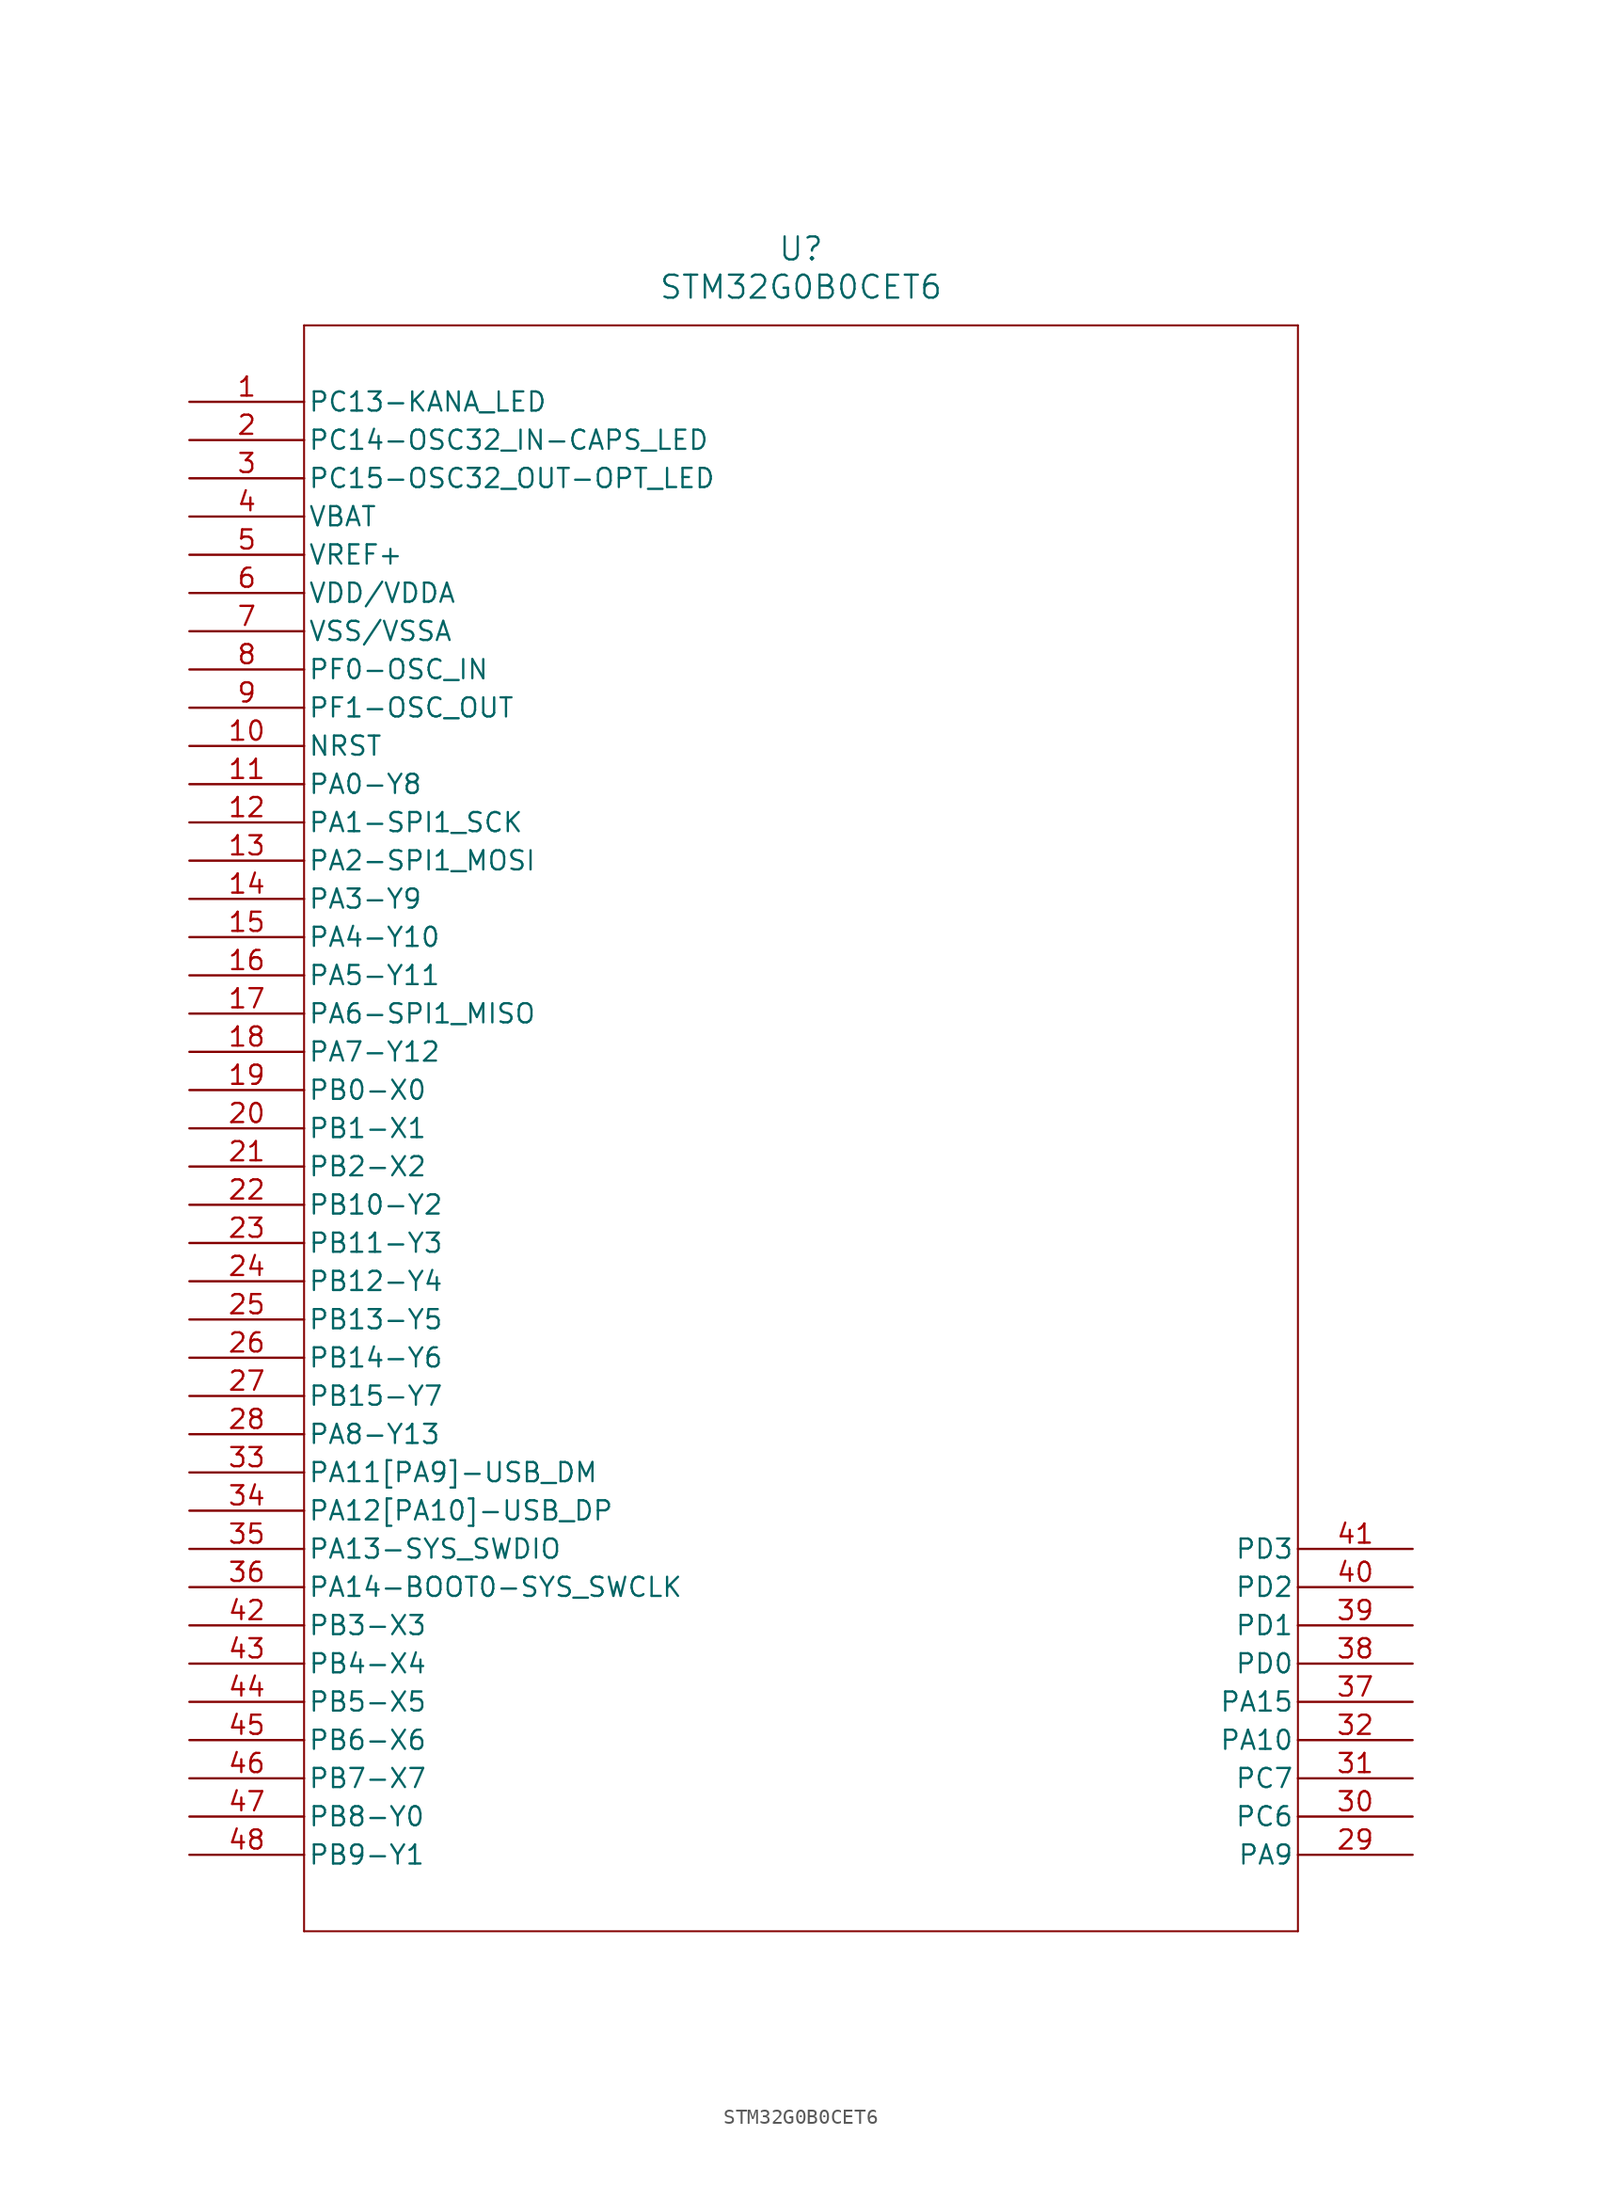
<source format=kicad_sym>
(kicad_symbol_lib
  (version 20211014)
  (generator kicad_symbol_editor)
  (symbol "STM32G0B0CET6"
    (pin_names
      (offset 0.254))
    (property "Reference" "U"
      (at 40.64 10.16 0)
      (effects (font (size 1.524 1.524))))
    (property "Value" "STM32G0B0CET6"
      (at 40.64 7.62 0)
      (effects (font (size 1.524 1.524))))
    (symbol "STM32G0B0CET6_0_1"
      (polyline (pts (xy 7.62 5.08) (xy 7.62 -101.6)) (stroke (width 0.127) (type default) (color 0 0 0 0)) (fill (type none)))
      (polyline (pts (xy 7.62 -101.6) (xy 73.66 -101.6)) (stroke (width 0.127) (type default) (color 0 0 0 0)) (fill (type none)))
      (polyline (pts (xy 73.66 -101.6) (xy 73.66 5.08)) (stroke (width 0.127) (type default) (color 0 0 0 0)) (fill (type none)))
      (polyline (pts (xy 73.66 5.08) (xy 7.62 5.08)) (stroke (width 0.127) (type default) (color 0 0 0 0)) (fill (type none)))
      (pin unspecified line (at 0 0 0) (length 7.62) (name "PC13-KANA_LED" (effects (font (size 1.27 1.27)))) (number "1" (effects (font (size 1.27 1.27)))))
      (pin unspecified line (at 0 -2.54 0) (length 7.62) (name "PC14-OSC32_IN-CAPS_LED" (effects (font (size 1.27 1.27)))) (number "2" (effects (font (size 1.27 1.27)))))
      (pin unspecified line (at 0 -5.08 0) (length 7.62) (name "PC15-OSC32_OUT-OPT_LED" (effects (font (size 1.27 1.27)))) (number "3" (effects (font (size 1.27 1.27)))))
      (pin power_in line (at 0 -7.62 0) (length 7.62) (name "VBAT" (effects (font (size 1.27 1.27)))) (number "4" (effects (font (size 1.27 1.27)))))
      (pin power_in line (at 0 -10.16 0) (length 7.62) (name "VREF+" (effects (font (size 1.27 1.27)))) (number "5" (effects (font (size 1.27 1.27)))))
      (pin power_in line (at 0 -12.7 0) (length 7.62) (name "VDD/VDDA" (effects (font (size 1.27 1.27)))) (number "6" (effects (font (size 1.27 1.27)))))
      (pin power_out line (at 0 -15.24 0) (length 7.62) (name "VSS/VSSA" (effects (font (size 1.27 1.27)))) (number "7" (effects (font (size 1.27 1.27)))))
      (pin bidirectional line (at 0 -17.78 0) (length 7.62) (name "PF0-OSC_IN" (effects (font (size 1.27 1.27)))) (number "8" (effects (font (size 1.27 1.27)))))
      (pin bidirectional line (at 0 -20.32 0) (length 7.62) (name "PF1-OSC_OUT" (effects (font (size 1.27 1.27)))) (number "9" (effects (font (size 1.27 1.27)))))
      (pin bidirectional line (at 0 -22.86 0) (length 7.62) (name "NRST" (effects (font (size 1.27 1.27)))) (number "10" (effects (font (size 1.27 1.27)))))
      (pin unspecified line (at 0 -25.4 0) (length 7.62) (name "PA0-Y8" (effects (font (size 1.27 1.27)))) (number "11" (effects (font (size 1.27 1.27)))))
      (pin unspecified line (at 0 -27.94 0) (length 7.62) (name "PA1-SPI1_SCK" (effects (font (size 1.27 1.27)))) (number "12" (effects (font (size 1.27 1.27)))))
      (pin unspecified line (at 0 -30.48 0) (length 7.62) (name "PA2-SPI1_MOSI" (effects (font (size 1.27 1.27)))) (number "13" (effects (font (size 1.27 1.27)))))
      (pin unspecified line (at 0 -33.02 0) (length 7.62) (name "PA3-Y9" (effects (font (size 1.27 1.27)))) (number "14" (effects (font (size 1.27 1.27)))))
      (pin unspecified line (at 0 -35.56 0) (length 7.62) (name "PA4-Y10" (effects (font (size 1.27 1.27)))) (number "15" (effects (font (size 1.27 1.27)))))
      (pin unspecified line (at 0 -38.1 0) (length 7.62) (name "PA5-Y11" (effects (font (size 1.27 1.27)))) (number "16" (effects (font (size 1.27 1.27)))))
      (pin unspecified line (at 0 -40.64 0) (length 7.62) (name "PA6-SPI1_MISO" (effects (font (size 1.27 1.27)))) (number "17" (effects (font (size 1.27 1.27)))))
      (pin unspecified line (at 0 -43.18 0) (length 7.62) (name "PA7-Y12" (effects (font (size 1.27 1.27)))) (number "18" (effects (font (size 1.27 1.27)))))
      (pin unspecified line (at 0 -45.72 0) (length 7.62) (name "PB0-X0" (effects (font (size 1.27 1.27)))) (number "19" (effects (font (size 1.27 1.27)))))
      (pin unspecified line (at 0 -48.26 0) (length 7.62) (name "PB1-X1" (effects (font (size 1.27 1.27)))) (number "20" (effects (font (size 1.27 1.27)))))
      (pin unspecified line (at 0 -50.8 0) (length 7.62) (name "PB2-X2" (effects (font (size 1.27 1.27)))) (number "21" (effects (font (size 1.27 1.27)))))
      (pin unspecified line (at 0 -53.34 0) (length 7.62) (name "PB10-Y2" (effects (font (size 1.27 1.27)))) (number "22" (effects (font (size 1.27 1.27)))))
      (pin unspecified line (at 0 -55.88 0) (length 7.62) (name "PB11-Y3" (effects (font (size 1.27 1.27)))) (number "23" (effects (font (size 1.27 1.27)))))
      (pin unspecified line (at 0 -58.42 0) (length 7.62) (name "PB12-Y4" (effects (font (size 1.27 1.27)))) (number "24" (effects (font (size 1.27 1.27)))))
      (pin unspecified line (at 0 -60.96 0) (length 7.62) (name "PB13-Y5" (effects (font (size 1.27 1.27)))) (number "25" (effects (font (size 1.27 1.27)))))
      (pin unspecified line (at 0 -63.5 0) (length 7.62) (name "PB14-Y6" (effects (font (size 1.27 1.27)))) (number "26" (effects (font (size 1.27 1.27)))))
      (pin unspecified line (at 0 -66.04 0) (length 7.62) (name "PB15-Y7" (effects (font (size 1.27 1.27)))) (number "27" (effects (font (size 1.27 1.27)))))
      (pin unspecified line (at 0 -68.58 0) (length 7.62) (name "PA8-Y13" (effects (font (size 1.27 1.27)))) (number "28" (effects (font (size 1.27 1.27)))))
      (pin bidirectional line (at 81.28 -96.52 180) (length 7.62) (name "PA9" (effects (font (size 1.27 1.27)))) (number "29" (effects (font (size 1.27 1.27)))))
      (pin bidirectional line (at 81.28 -93.98 180) (length 7.62) (name "PC6" (effects (font (size 1.27 1.27)))) (number "30" (effects (font (size 1.27 1.27)))))
      (pin bidirectional line (at 81.28 -91.44 180) (length 7.62) (name "PC7" (effects (font (size 1.27 1.27)))) (number "31" (effects (font (size 1.27 1.27)))))
      (pin bidirectional line (at 81.28 -88.9 180) (length 7.62) (name "PA10" (effects (font (size 1.27 1.27)))) (number "32" (effects (font (size 1.27 1.27)))))
      (pin unspecified line (at 0 -71.12 0) (length 7.62) (name "PA11[PA9]-USB_DM" (effects (font (size 1.27 1.27)))) (number "33" (effects (font (size 1.27 1.27)))))
      (pin unspecified line (at 0 -73.66 0) (length 7.62) (name "PA12[PA10]-USB_DP" (effects (font (size 1.27 1.27)))) (number "34" (effects (font (size 1.27 1.27)))))
      (pin unspecified line (at 0 -76.2 0) (length 7.62) (name "PA13-SYS_SWDIO" (effects (font (size 1.27 1.27)))) (number "35" (effects (font (size 1.27 1.27)))))
      (pin unspecified line (at 0 -78.74 0) (length 7.62) (name "PA14-BOOT0-SYS_SWCLK" (effects (font (size 1.27 1.27)))) (number "36" (effects (font (size 1.27 1.27)))))
      (pin bidirectional line (at 81.28 -86.36 180) (length 7.62) (name "PA15" (effects (font (size 1.27 1.27)))) (number "37" (effects (font (size 1.27 1.27)))))
      (pin bidirectional line (at 81.28 -83.82 180) (length 7.62) (name "PD0" (effects (font (size 1.27 1.27)))) (number "38" (effects (font (size 1.27 1.27)))))
      (pin bidirectional line (at 81.28 -81.28 180) (length 7.62) (name "PD1" (effects (font (size 1.27 1.27)))) (number "39" (effects (font (size 1.27 1.27)))))
      (pin bidirectional line (at 81.28 -78.74 180) (length 7.62) (name "PD2" (effects (font (size 1.27 1.27)))) (number "40" (effects (font (size 1.27 1.27)))))
      (pin bidirectional line (at 81.28 -76.2 180) (length 7.62) (name "PD3" (effects (font (size 1.27 1.27)))) (number "41" (effects (font (size 1.27 1.27)))))
      (pin unspecified line (at 0 -81.28 0) (length 7.62) (name "PB3-X3" (effects (font (size 1.27 1.27)))) (number "42" (effects (font (size 1.27 1.27)))))
      (pin unspecified line (at 0 -83.82 0) (length 7.62) (name "PB4-X4" (effects (font (size 1.27 1.27)))) (number "43" (effects (font (size 1.27 1.27)))))
      (pin unspecified line (at 0 -86.36 0) (length 7.62) (name "PB5-X5" (effects (font (size 1.27 1.27)))) (number "44" (effects (font (size 1.27 1.27)))))
      (pin unspecified line (at 0 -88.9 0) (length 7.62) (name "PB6-X6" (effects (font (size 1.27 1.27)))) (number "45" (effects (font (size 1.27 1.27)))))
      (pin unspecified line (at 0 -91.44 0) (length 7.62) (name "PB7-X7" (effects (font (size 1.27 1.27)))) (number "46" (effects (font (size 1.27 1.27)))))
      (pin unspecified line (at 0 -93.98 0) (length 7.62) (name "PB8-Y0" (effects (font (size 1.27 1.27)))) (number "47" (effects (font (size 1.27 1.27)))))
      (pin unspecified line (at 0 -96.52 0) (length 7.62) (name "PB9-Y1" (effects (font (size 1.27 1.27)))) (number "48" (effects (font (size 1.27 1.27))))))))
</source>
